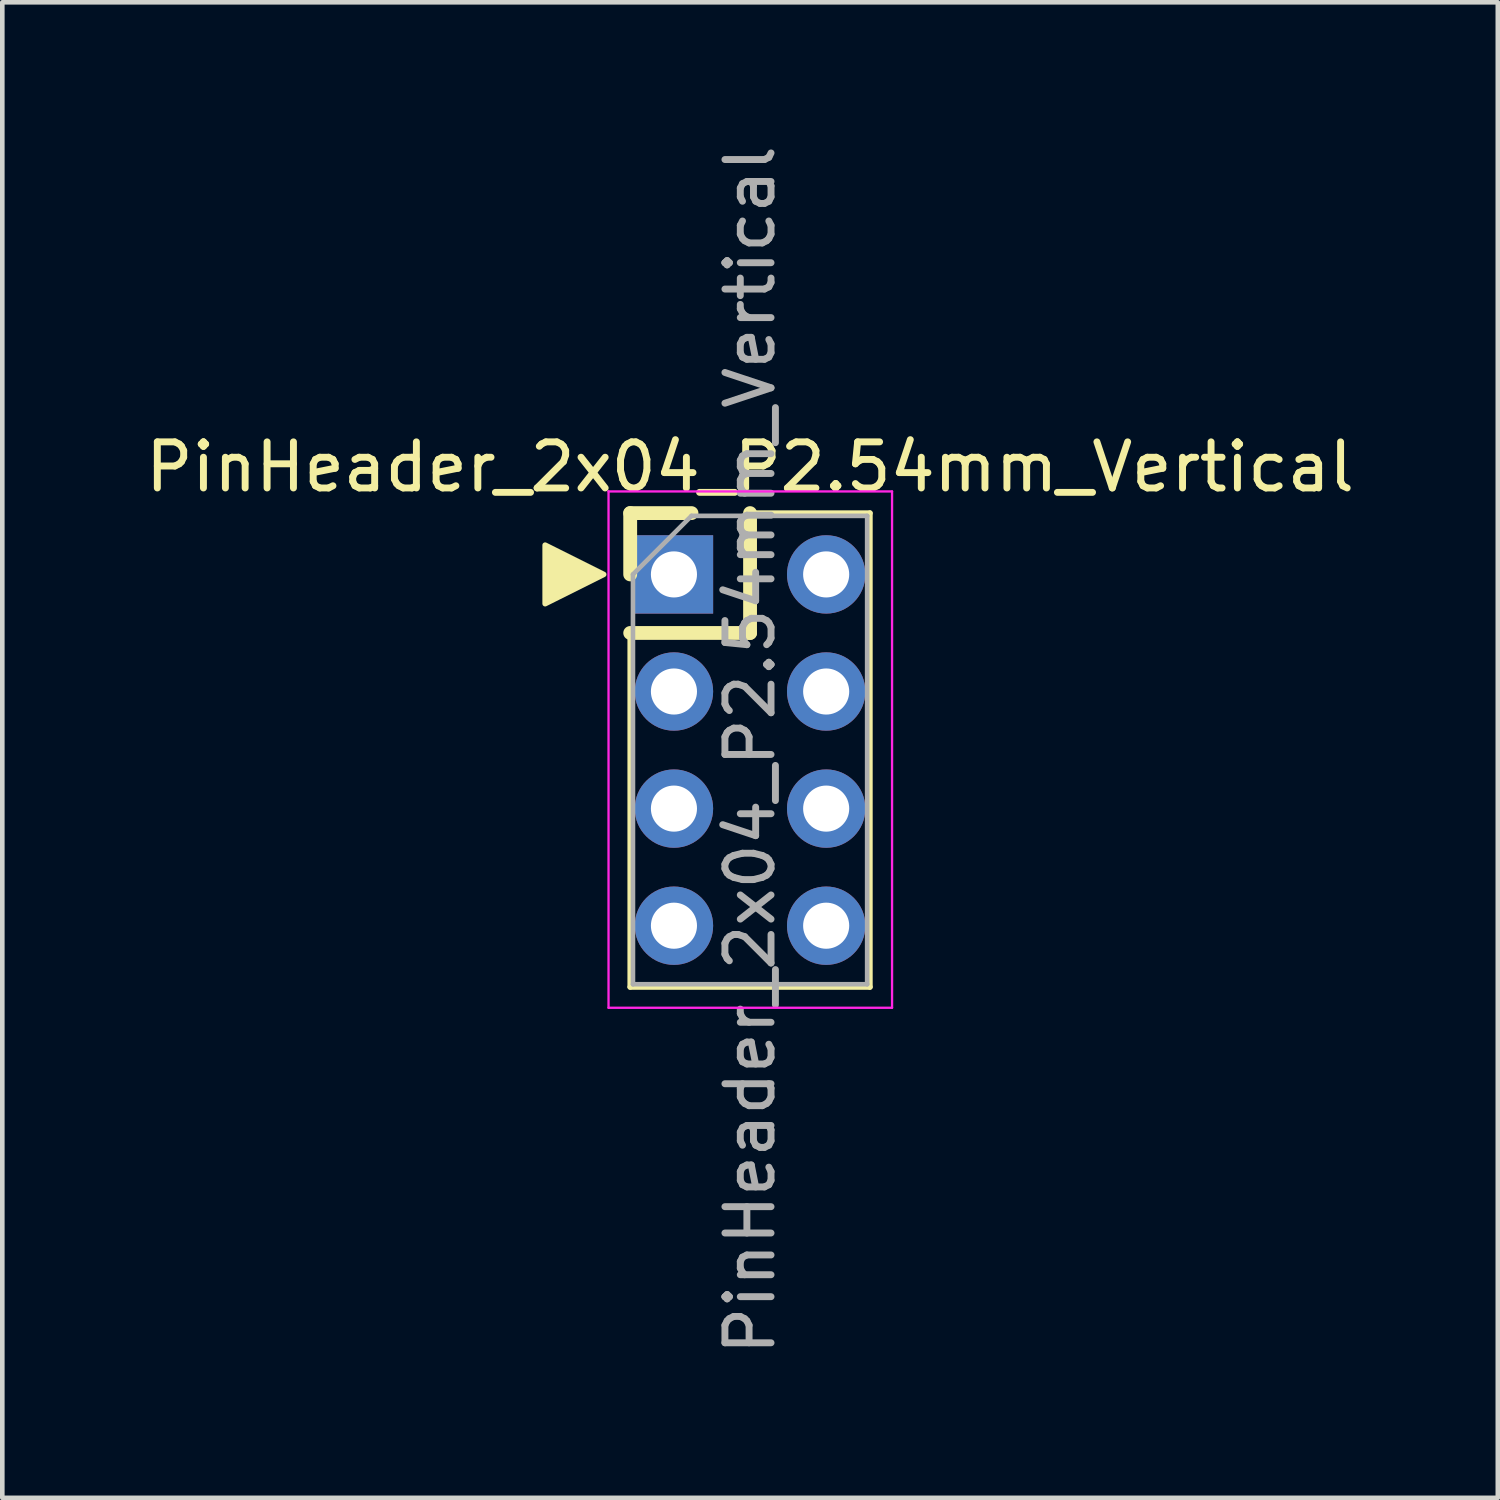
<source format=kicad_pcb>
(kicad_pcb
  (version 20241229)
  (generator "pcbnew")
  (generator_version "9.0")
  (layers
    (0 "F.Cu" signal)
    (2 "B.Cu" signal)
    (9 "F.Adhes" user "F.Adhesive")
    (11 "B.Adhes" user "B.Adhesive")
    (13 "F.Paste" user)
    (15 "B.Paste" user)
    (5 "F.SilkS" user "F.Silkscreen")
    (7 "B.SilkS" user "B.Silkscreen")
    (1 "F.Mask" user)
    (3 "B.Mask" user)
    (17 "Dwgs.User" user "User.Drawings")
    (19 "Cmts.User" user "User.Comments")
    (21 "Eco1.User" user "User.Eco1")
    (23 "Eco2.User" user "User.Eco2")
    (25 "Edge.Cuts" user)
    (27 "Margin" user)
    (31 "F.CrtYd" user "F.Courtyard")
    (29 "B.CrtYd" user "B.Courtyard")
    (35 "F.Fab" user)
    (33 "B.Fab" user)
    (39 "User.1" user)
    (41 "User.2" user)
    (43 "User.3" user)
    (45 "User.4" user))
  (footprint "PinHeader_2x04_P2.54mm_Vertical"
    (layer "F.Cu")
    (at 11.95 9.41)
    (property "Reference" "PinHeader_2x04_P2.54mm_Vertical" (at 1.27 -2.33 0) (layer "F.SilkS") (effects (font (size 1 1) (thickness 0.15))))
    (attr through_hole)
    (fp_line (start -1.33 -1.33) (end 0 -1.33) (stroke (width 0.3) (type solid)) (layer "F.SilkS"))
    (fp_line (start -1.33 0) (end -1.33 -1.33) (stroke (width 0.3) (type solid)) (layer "F.SilkS"))
    (fp_line (start -1.33 1.27) (end -1.33 8.95) (stroke (width 0.12) (type solid)) (layer "F.SilkS"))
    (fp_line (start -1.33 1.27) (end 1.27 1.27) (stroke (width 0.3) (type solid)) (layer "F.SilkS"))
    (fp_line (start -1.33 8.95) (end 3.87 8.95) (stroke (width 0.12) (type solid)) (layer "F.SilkS"))
    (fp_line (start 1.27 -1.33) (end 3.87 -1.33) (stroke (width 0.12) (type solid)) (layer "F.SilkS"))
    (fp_line (start 1.27 1.27) (end 1.27 -1.33) (stroke (width 0.3) (type solid)) (layer "F.SilkS"))
    (fp_line (start 3.87 -1.33) (end 3.87 8.95) (stroke (width 0.12) (type solid)) (layer "F.SilkS"))
    (fp_poly (pts (xy -1.905 0) (xy -3.175 -0.635) (xy -3.175 0.635)) (stroke (width 0.12) (type solid)) (fill yes) (layer "F.SilkS"))
    (fp_line (start -1.8 -1.8) (end -1.8 9.4) (stroke (width 0.05) (type solid)) (layer "F.CrtYd"))
    (fp_line (start -1.8 9.4) (end 4.35 9.4) (stroke (width 0.05) (type solid)) (layer "F.CrtYd"))
    (fp_line (start 4.35 -1.8) (end -1.8 -1.8) (stroke (width 0.05) (type solid)) (layer "F.CrtYd"))
    (fp_line (start 4.35 9.4) (end 4.35 -1.8) (stroke (width 0.05) (type solid)) (layer "F.CrtYd"))
    (fp_line (start -1.27 0) (end 0 -1.27) (stroke (width 0.1) (type solid)) (layer "F.Fab"))
    (fp_line (start -1.27 8.89) (end -1.27 0) (stroke (width 0.1) (type solid)) (layer "F.Fab"))
    (fp_line (start 0 -1.27) (end 3.81 -1.27) (stroke (width 0.1) (type solid)) (layer "F.Fab"))
    (fp_line (start 3.81 -1.27) (end 3.81 8.89) (stroke (width 0.1) (type solid)) (layer "F.Fab"))
    (fp_line (start 3.81 8.89) (end -1.27 8.89) (stroke (width 0.1) (type solid)) (layer "F.Fab"))
    (fp_text user "${REFERENCE}" (at 1.27 3.81 90) (layer "F.Fab") (effects (font (size 1 1) (thickness 0.15))))
    (pad "1" thru_hole rect (at -0.381 0) (size 1.7 1.7) (drill 1) (layers "*.Cu" "*.Mask"))
    (pad "2" thru_hole oval (at 2.921 0) (size 1.7 1.7) (drill 1) (layers "*.Cu" "*.Mask"))
    (pad "3" thru_hole oval (at -0.381 2.54) (size 1.7 1.7) (drill 1) (layers "*.Cu" "*.Mask"))
    (pad "4" thru_hole oval (at 2.921 2.54) (size 1.7 1.7) (drill 1) (layers "*.Cu" "*.Mask"))
    (pad "5" thru_hole oval (at -0.381 5.08) (size 1.7 1.7) (drill 1) (layers "*.Cu" "*.Mask"))
    (pad "6" thru_hole oval (at 2.921 5.08) (size 1.7 1.7) (drill 1) (layers "*.Cu" "*.Mask"))
    (pad "7" thru_hole oval (at -0.381 7.62) (size 1.7 1.7) (drill 1) (layers "*.Cu" "*.Mask"))
    (pad "8" thru_hole oval (at 2.921 7.62) (size 1.7 1.7) (drill 1) (layers "*.Cu" "*.Mask")))
  (gr_rect
    (start -3 -3)
    (end 29.44 29.44)
    (stroke (width 0.1) (type default))
    (fill no)
    (layer "Edge.Cuts")))
</source>
